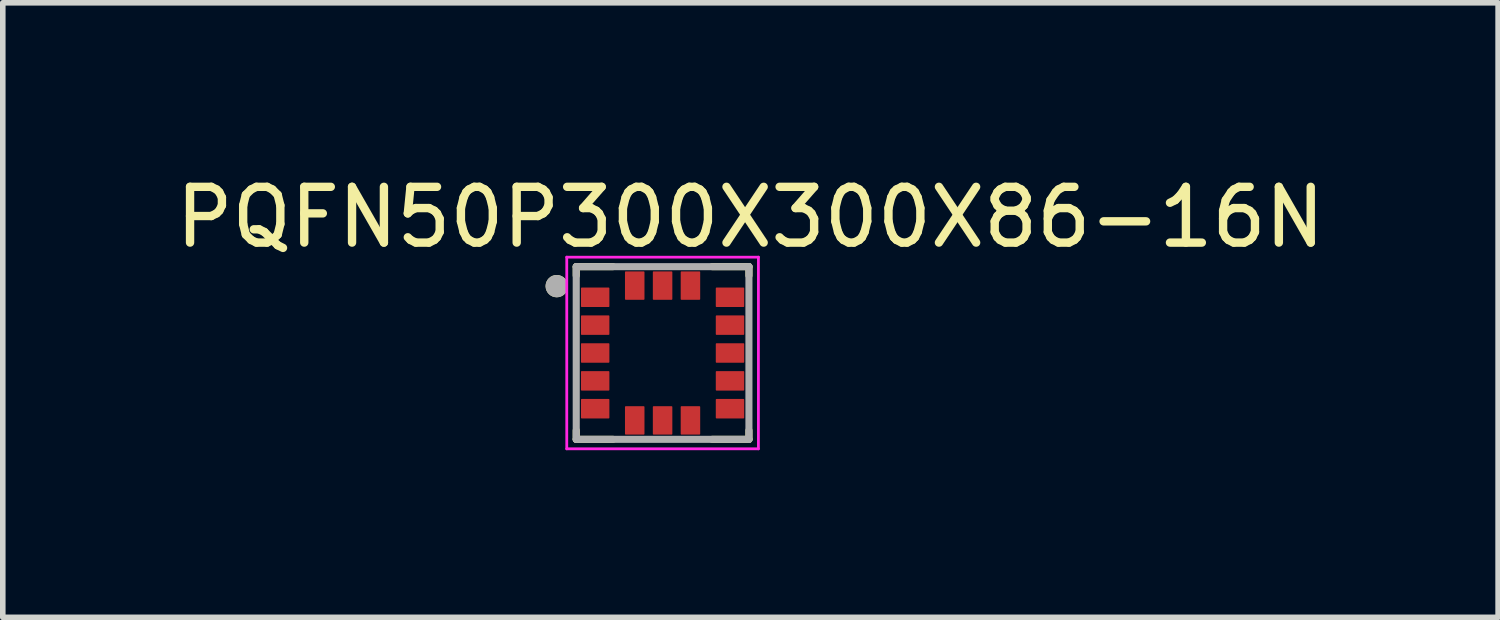
<source format=kicad_pcb>
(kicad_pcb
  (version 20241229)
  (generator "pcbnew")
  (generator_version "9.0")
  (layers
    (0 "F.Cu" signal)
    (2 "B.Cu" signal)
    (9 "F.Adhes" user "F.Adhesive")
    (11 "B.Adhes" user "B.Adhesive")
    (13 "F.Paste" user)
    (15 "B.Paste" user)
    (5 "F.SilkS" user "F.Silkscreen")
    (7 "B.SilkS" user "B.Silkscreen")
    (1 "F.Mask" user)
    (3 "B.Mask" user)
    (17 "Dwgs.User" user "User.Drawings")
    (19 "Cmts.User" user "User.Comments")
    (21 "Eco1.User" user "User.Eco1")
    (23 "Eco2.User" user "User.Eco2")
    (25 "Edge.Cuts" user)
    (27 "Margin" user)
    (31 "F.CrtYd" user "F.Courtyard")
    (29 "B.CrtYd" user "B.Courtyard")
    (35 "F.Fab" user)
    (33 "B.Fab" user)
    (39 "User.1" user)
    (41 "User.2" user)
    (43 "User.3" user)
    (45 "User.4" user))
  (footprint "PQFN50P300X300X86-16N"
    (layer "F.Cu")
    (at 8.843 3.286)
    (property "Reference" "PQFN50P300X300X86-16N" (at 1.576 -2.437 0) (layer "F.SilkS") (effects (font (size 1.001 1.001) (thickness 0.15))))
    (attr through_hole)
    (fp_line (start -1.55 -1.55) (end -1.55 -1.39) (stroke (width 0.127) (type solid)) (layer "F.SilkS"))
    (fp_line (start -1.55 1.55) (end -1.55 1.39) (stroke (width 0.127) (type solid)) (layer "F.SilkS"))
    (fp_line (start -0.89 -1.55) (end -1.55 -1.55) (stroke (width 0.127) (type solid)) (layer "F.SilkS"))
    (fp_line (start -0.89 1.55) (end -1.55 1.55) (stroke (width 0.127) (type solid)) (layer "F.SilkS"))
    (fp_line (start 0.89 -1.55) (end 1.55 -1.55) (stroke (width 0.127) (type solid)) (layer "F.SilkS"))
    (fp_line (start 0.89 1.55) (end 1.55 1.55) (stroke (width 0.127) (type solid)) (layer "F.SilkS"))
    (fp_line (start 1.55 -1.55) (end 1.55 -1.39) (stroke (width 0.127) (type solid)) (layer "F.SilkS"))
    (fp_line (start 1.55 1.55) (end 1.55 1.39) (stroke (width 0.127) (type solid)) (layer "F.SilkS"))
    (fp_circle (center -1.9 -1.2) (end -1.8 -1.2) (stroke (width 0.2) (type solid)) (fill no) (layer "F.SilkS"))
    (fp_line (start -1.72 -1.72) (end 1.72 -1.72) (stroke (width 0.05) (type solid)) (layer "F.CrtYd"))
    (fp_line (start -1.72 1.72) (end -1.72 -1.72) (stroke (width 0.05) (type solid)) (layer "F.CrtYd"))
    (fp_line (start 1.72 -1.72) (end 1.72 1.72) (stroke (width 0.05) (type solid)) (layer "F.CrtYd"))
    (fp_line (start 1.72 1.72) (end -1.72 1.72) (stroke (width 0.05) (type solid)) (layer "F.CrtYd"))
    (fp_line (start -1.55 -1.55) (end 1.55 -1.55) (stroke (width 0.127) (type solid)) (layer "F.Fab"))
    (fp_line (start -1.55 1.55) (end -1.55 -1.55) (stroke (width 0.127) (type solid)) (layer "F.Fab"))
    (fp_line (start 1.55 -1.55) (end 1.55 1.55) (stroke (width 0.127) (type solid)) (layer "F.Fab"))
    (fp_line (start 1.55 1.55) (end -1.55 1.55) (stroke (width 0.127) (type solid)) (layer "F.Fab"))
    (fp_circle (center -1.9 -1.2) (end -1.8 -1.2) (stroke (width 0.2) (type solid)) (fill no) (layer "F.Fab"))
    (pad "1" smd roundrect (at -1.21 -1) (size 0.51 0.35) (layers "F.Cu" "F.Mask" "F.Paste") (roundrect_rratio 0.04))
    (pad "2" smd roundrect (at -1.21 -0.5) (size 0.51 0.35) (layers "F.Cu" "F.Mask" "F.Paste") (roundrect_rratio 0.04))
    (pad "3" smd roundrect (at -1.21 0) (size 0.51 0.35) (layers "F.Cu" "F.Mask" "F.Paste") (roundrect_rratio 0.04))
    (pad "4" smd roundrect (at -1.21 0.5) (size 0.51 0.35) (layers "F.Cu" "F.Mask" "F.Paste") (roundrect_rratio 0.04))
    (pad "5" smd roundrect (at -1.21 1) (size 0.51 0.35) (layers "F.Cu" "F.Mask" "F.Paste") (roundrect_rratio 0.04))
    (pad "6" smd roundrect (at -0.5 1.21) (size 0.35 0.51) (layers "F.Cu" "F.Mask" "F.Paste") (roundrect_rratio 0.04))
    (pad "7" smd roundrect (at 0 1.21) (size 0.35 0.51) (layers "F.Cu" "F.Mask" "F.Paste") (roundrect_rratio 0.04))
    (pad "8" smd roundrect (at 0.5 1.21) (size 0.35 0.51) (layers "F.Cu" "F.Mask" "F.Paste") (roundrect_rratio 0.04))
    (pad "9" smd roundrect (at 1.21 1) (size 0.51 0.35) (layers "F.Cu" "F.Mask" "F.Paste") (roundrect_rratio 0.04))
    (pad "10" smd roundrect (at 1.21 0.5) (size 0.51 0.35) (layers "F.Cu" "F.Mask" "F.Paste") (roundrect_rratio 0.04))
    (pad "11" smd roundrect (at 1.21 0) (size 0.51 0.35) (layers "F.Cu" "F.Mask" "F.Paste") (roundrect_rratio 0.04))
    (pad "12" smd roundrect (at 1.21 -0.5) (size 0.51 0.35) (layers "F.Cu" "F.Mask" "F.Paste") (roundrect_rratio 0.04))
    (pad "13" smd roundrect (at 1.21 -1) (size 0.51 0.35) (layers "F.Cu" "F.Mask" "F.Paste") (roundrect_rratio 0.04))
    (pad "14" smd roundrect (at 0.5 -1.21) (size 0.35 0.51) (layers "F.Cu" "F.Mask" "F.Paste") (roundrect_rratio 0.04))
    (pad "15" smd roundrect (at 0 -1.21) (size 0.35 0.51) (layers "F.Cu" "F.Mask" "F.Paste") (roundrect_rratio 0.04))
    (pad "16" smd roundrect (at -0.5 -1.21) (size 0.35 0.51) (layers "F.Cu" "F.Mask" "F.Paste") (roundrect_rratio 0.04)))
  (gr_rect
    (start -3 -3)
    (end 23.84 8.031)
    (stroke (width 0.1) (type default))
    (fill no)
    (layer "Edge.Cuts")))
</source>
